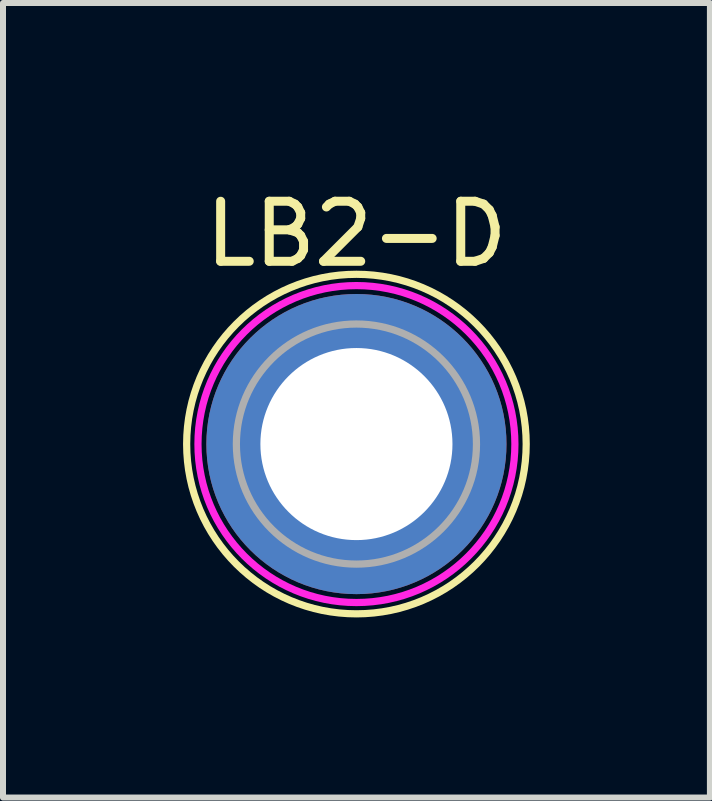
<source format=kicad_pcb>
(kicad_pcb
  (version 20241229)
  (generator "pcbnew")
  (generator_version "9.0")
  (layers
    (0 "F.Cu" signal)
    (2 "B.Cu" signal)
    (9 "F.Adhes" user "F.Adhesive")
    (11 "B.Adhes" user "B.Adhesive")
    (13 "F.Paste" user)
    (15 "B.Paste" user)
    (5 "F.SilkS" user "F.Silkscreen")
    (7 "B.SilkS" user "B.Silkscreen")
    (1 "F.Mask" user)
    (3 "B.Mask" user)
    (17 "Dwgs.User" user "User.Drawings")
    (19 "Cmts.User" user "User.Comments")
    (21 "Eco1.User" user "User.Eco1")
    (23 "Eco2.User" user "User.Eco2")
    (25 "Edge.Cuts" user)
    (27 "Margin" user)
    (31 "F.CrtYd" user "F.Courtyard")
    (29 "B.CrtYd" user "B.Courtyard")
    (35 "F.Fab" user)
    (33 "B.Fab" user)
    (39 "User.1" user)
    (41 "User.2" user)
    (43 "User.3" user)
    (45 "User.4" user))
  (footprint "LB2-D"
    (layer "F.Cu")
    (at 2.888 4.348)
    (property "Reference" "LB2-D" (at 0 -3.5 0) (layer "F.SilkS") (effects (font (size 1 1) (thickness 0.15))))
    (attr through_hole)
    (fp_circle (center 0 0) (end 2 2) (stroke (width 0.12) (type solid)) (fill no) (layer "F.SilkS"))
    (fp_circle (center 0 0) (end 2.1 1.6) (stroke (width 0.12) (type solid)) (fill no) (layer "F.CrtYd"))
    (fp_circle (center 0 0) (end 2 0) (stroke (width 0.12) (type solid)) (fill no) (layer "F.Fab"))
    (pad "1" thru_hole circle (at 0 0) (size 5 5) (drill 3.2) (layers "*.Cu" "*.Mask")))
  (gr_rect
    (start -3 -3)
    (end 8.777 10.237)
    (stroke (width 0.1) (type default))
    (fill no)
    (layer "Edge.Cuts")))
</source>
